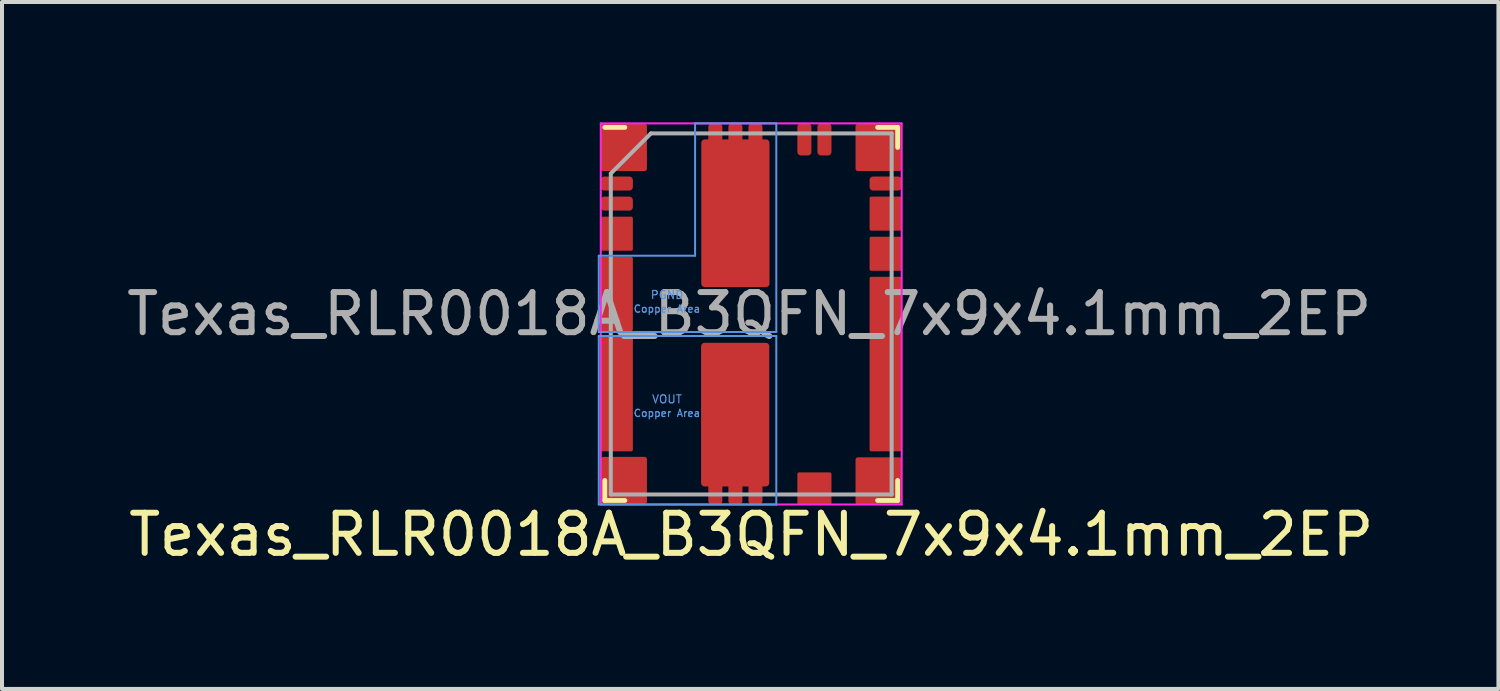
<source format=kicad_pcb>
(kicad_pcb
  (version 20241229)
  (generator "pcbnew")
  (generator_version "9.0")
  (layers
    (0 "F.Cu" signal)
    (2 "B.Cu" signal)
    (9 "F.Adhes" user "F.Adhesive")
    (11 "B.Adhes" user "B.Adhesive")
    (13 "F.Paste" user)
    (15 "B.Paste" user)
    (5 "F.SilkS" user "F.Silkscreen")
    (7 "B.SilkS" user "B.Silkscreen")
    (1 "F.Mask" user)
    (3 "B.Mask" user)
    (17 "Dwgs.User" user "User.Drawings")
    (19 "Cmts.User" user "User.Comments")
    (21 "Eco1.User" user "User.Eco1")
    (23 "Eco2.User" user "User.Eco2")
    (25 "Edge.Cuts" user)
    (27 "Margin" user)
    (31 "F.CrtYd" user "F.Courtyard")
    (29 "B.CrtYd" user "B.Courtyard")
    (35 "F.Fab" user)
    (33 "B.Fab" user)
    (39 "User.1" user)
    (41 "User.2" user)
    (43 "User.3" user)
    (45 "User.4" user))
  (footprint "Texas_RLR0018A_B3QFN_7x9x4.1mm_2EP"
    (layer "F.Cu")
    (at 15.675 4.775)
    (property "Reference" "Texas_RLR0018A_B3QFN_7x9x4.1mm_2EP" (at 0 5.5 0) (layer "F.SilkS") (effects (font (size 1 1) (thickness 0.15))))
    (attr smd)
    (fp_line (start -3.65 -4.65) (end -3.15 -4.65) (stroke (width 0.12) (type solid)) (layer "F.SilkS"))
    (fp_line (start -3.65 4.65) (end -3.65 4.15) (stroke (width 0.12) (type solid)) (layer "F.SilkS"))
    (fp_line (start -3.65 4.65) (end -3.15 4.65) (stroke (width 0.12) (type solid)) (layer "F.SilkS"))
    (fp_line (start 3.15 -4.65) (end 3.65 -4.65) (stroke (width 0.12) (type solid)) (layer "F.SilkS"))
    (fp_line (start 3.15 4.65) (end 3.65 4.65) (stroke (width 0.12) (type solid)) (layer "F.SilkS"))
    (fp_line (start 3.65 -4.65) (end 3.65 -4.15) (stroke (width 0.12) (type solid)) (layer "F.SilkS"))
    (fp_line (start 3.65 4.65) (end 3.65 4.15) (stroke (width 0.12) (type solid)) (layer "F.SilkS"))
    (fp_line (start -3.8 -1.45) (end -1.4 -1.45) (stroke (width 0.05) (type solid)) (layer "Cmts.User"))
    (fp_line (start -3.8 0.45) (end -3.8 -1.45) (stroke (width 0.05) (type solid)) (layer "Cmts.User"))
    (fp_line (start -3.8 0.45) (end 0.625 0.45) (stroke (width 0.05) (type solid)) (layer "Cmts.User"))
    (fp_line (start -3.8 0.55) (end 0.625 0.55) (stroke (width 0.05) (type solid)) (layer "Cmts.User"))
    (fp_line (start -3.8 4.75) (end -3.8 0.55) (stroke (width 0.05) (type solid)) (layer "Cmts.User"))
    (fp_line (start -1.4 -4.75) (end 0.625 -4.75) (stroke (width 0.05) (type solid)) (layer "Cmts.User"))
    (fp_line (start -1.4 -1.45) (end -1.4 -4.75) (stroke (width 0.05) (type solid)) (layer "Cmts.User"))
    (fp_line (start 0.625 -4.75) (end 0.625 0.45) (stroke (width 0.05) (type solid)) (layer "Cmts.User"))
    (fp_line (start 0.625 0.55) (end 0.625 4.75) (stroke (width 0.05) (type solid)) (layer "Cmts.User"))
    (fp_line (start 0.625 4.75) (end -3.8 4.75) (stroke (width 0.05) (type solid)) (layer "Cmts.User"))
    (fp_line (start -3.75 -4.75) (end 3.75 -4.75) (stroke (width 0.05) (type solid)) (layer "F.CrtYd"))
    (fp_line (start -3.75 4.75) (end -3.75 -4.75) (stroke (width 0.05) (type solid)) (layer "F.CrtYd"))
    (fp_line (start 3.75 -4.75) (end 3.75 4.75) (stroke (width 0.05) (type solid)) (layer "F.CrtYd"))
    (fp_line (start 3.75 4.75) (end -3.75 4.75) (stroke (width 0.05) (type solid)) (layer "F.CrtYd"))
    (fp_line (start -3.5 4.5) (end -3.5 -3.5) (stroke (width 0.1) (type solid)) (layer "F.Fab"))
    (fp_line (start -2.5 -4.5) (end -3.5 -3.5) (stroke (width 0.1) (type solid)) (layer "F.Fab"))
    (fp_line (start -2.5 -4.5) (end 3.5 -4.5) (stroke (width 0.1) (type solid)) (layer "F.Fab"))
    (fp_line (start 3.5 -4.5) (end 3.5 4.5) (stroke (width 0.1) (type solid)) (layer "F.Fab"))
    (fp_line (start 3.5 4.5) (end -3.5 4.5) (stroke (width 0.1) (type solid)) (layer "F.Fab"))
    (fp_text user "VOUT" (at -2.1 2.125 180) (layer "Cmts.User") (effects (font (size 0.2 0.2) (thickness 0.03))))
    (fp_text user "Copper Area" (at -2.1 -0.125 180) (layer "Cmts.User") (effects (font (size 0.18 0.18) (thickness 0.03))))
    (fp_text user "PGND" (at -2.1 -0.475 180) (layer "Cmts.User") (effects (font (size 0.2 0.2) (thickness 0.03))))
    (fp_text user "Copper Area" (at -2.1 2.475 180) (layer "Cmts.User") (effects (font (size 0.18 0.18) (thickness 0.03))))
    (fp_text user "${REFERENCE}" (at -0.05 0 0) (layer "F.Fab") (effects (font (size 1 1) (thickness 0.15))))
    (pad "" smd roundrect (at -3.568 -3.75 270) (size 0.265 0.29) (layers "F.Paste") (roundrect_rratio 0.25))
    (pad "" smd roundrect (at -3.568 3.75 270) (size 0.265 0.29) (layers "F.Paste") (roundrect_rratio 0.25))
    (pad "" smd roundrect (at -2.943 -3.93 270) (size 0.61 0.585) (layers "F.Paste") (roundrect_rratio 0.25))
    (pad "" smd roundrect (at -2.943 3.93 270) (size 0.61 0.585) (layers "F.Paste") (roundrect_rratio 0.25))
    (pad "" smd roundrect (at -2.775 -4.568 180) (size 0.265 0.29) (layers "F.Paste") (roundrect_rratio 0.25))
    (pad "" smd roundrect (at -2.775 4.568 180) (size 0.265 0.29) (layers "F.Paste") (roundrect_rratio 0.25))
    (pad "" smd roundrect (at -0.895 -4.568 180) (size 0.265 0.29) (layers "F.Paste") (roundrect_rratio 0.25))
    (pad "" smd roundrect (at -0.895 4.568 180) (size 0.265 0.29) (layers "F.Paste") (roundrect_rratio 0.25))
    (pad "" smd roundrect (at -0.83 -3.875 270) (size 0.71 0.67) (layers "F.Paste") (roundrect_rratio 0.25))
    (pad "" smd roundrect (at -0.83 -2.965 270) (size 0.71 0.67) (layers "F.Paste") (roundrect_rratio 0.25))
    (pad "" smd roundrect (at -0.83 -2.055 270) (size 0.71 0.67) (layers "F.Paste") (roundrect_rratio 0.25))
    (pad "" smd roundrect (at -0.83 -1.145 270) (size 0.71 0.67) (layers "F.Paste") (roundrect_rratio 0.25))
    (pad "" smd roundrect (at -0.83 1.145 270) (size 0.71 0.67) (layers "F.Paste") (roundrect_rratio 0.25))
    (pad "" smd roundrect (at -0.83 2.055 270) (size 0.71 0.67) (layers "F.Paste") (roundrect_rratio 0.25))
    (pad "" smd roundrect (at -0.83 2.965 270) (size 0.71 0.67) (layers "F.Paste") (roundrect_rratio 0.25))
    (pad "" smd roundrect (at -0.83 3.875 270) (size 0.71 0.67) (layers "F.Paste") (roundrect_rratio 0.25))
    (pad "" smd roundrect (at -0.395 -4.568 180) (size 0.265 0.29) (layers "F.Paste") (roundrect_rratio 0.25))
    (pad "" smd roundrect (at -0.395 4.568 180) (size 0.265 0.29) (layers "F.Paste") (roundrect_rratio 0.25))
    (pad "" smd roundrect (at 0.04 -3.875 270) (size 0.71 0.67) (layers "F.Paste") (roundrect_rratio 0.25))
    (pad "" smd roundrect (at 0.04 -2.965 270) (size 0.71 0.67) (layers "F.Paste") (roundrect_rratio 0.25))
    (pad "" smd roundrect (at 0.04 -2.055 270) (size 0.71 0.67) (layers "F.Paste") (roundrect_rratio 0.25))
    (pad "" smd roundrect (at 0.04 -1.145 270) (size 0.71 0.67) (layers "F.Paste") (roundrect_rratio 0.25))
    (pad "" smd roundrect (at 0.04 1.145 270) (size 0.71 0.67) (layers "F.Paste") (roundrect_rratio 0.25))
    (pad "" smd roundrect (at 0.04 2.055 270) (size 0.71 0.67) (layers "F.Paste") (roundrect_rratio 0.25))
    (pad "" smd roundrect (at 0.04 2.965 270) (size 0.71 0.67) (layers "F.Paste") (roundrect_rratio 0.25))
    (pad "" smd roundrect (at 0.04 3.875 270) (size 0.71 0.67) (layers "F.Paste") (roundrect_rratio 0.25))
    (pad "" smd roundrect (at 0.105 -4.568 180) (size 0.265 0.29) (layers "F.Paste") (roundrect_rratio 0.25))
    (pad "" smd roundrect (at 0.105 4.568 180) (size 0.265 0.29) (layers "F.Paste") (roundrect_rratio 0.25))
    (pad "" smd roundrect (at 2.775 -4.568 180) (size 0.265 0.29) (layers "F.Paste") (roundrect_rratio 0.25))
    (pad "" smd roundrect (at 2.775 4.568 180) (size 0.265 0.29) (layers "F.Paste") (roundrect_rratio 0.25))
    (pad "" smd roundrect (at 2.943 -3.93 270) (size 0.61 0.585) (layers "F.Paste") (roundrect_rratio 0.25))
    (pad "" smd roundrect (at 2.943 3.93 270) (size 0.61 0.585) (layers "F.Paste") (roundrect_rratio 0.25))
    (pad "" smd roundrect (at 3.568 -3.75 270) (size 0.265 0.29) (layers "F.Paste") (roundrect_rratio 0.25))
    (pad "" smd roundrect (at 3.568 3.75 270) (size 0.265 0.29) (layers "F.Paste") (roundrect_rratio 0.25))
    (pad "1" smd roundrect (at -3.35 -3.75 270) (size 0.25 0.7) (layers "F.Cu" "F.Mask") (roundrect_rratio 0.25))
    (pad "1" smd roundrect (at -3.175 -4.15 270) (size 1.175 1.151) (layers "F.Cu") (roundrect_rratio 0.05))
    (pad "1" smd rect (at -2.947 -3.935) (size 0.595 0.62) (layers "F.Cu" "F.Mask"))
    (pad "1" smd roundrect (at -2.776 -4.35) (size 0.25 0.7) (layers "F.Cu" "F.Mask") (roundrect_rratio 0.25))
    (pad "2" smd roundrect (at -3.35 -3.25 270) (size 0.35 0.8) (layers "F.Cu" "F.Mask" "F.Paste") (roundrect_rratio 0.25))
    (pad "3" smd roundrect (at -3.35 -2.75 270) (size 0.35 0.8) (layers "F.Cu" "F.Mask" "F.Paste") (roundrect_rratio 0.25))
    (pad "4" smd roundrect (at -3.35 -2.25 270) (size 0.25 0.7) (layers "F.Cu" "F.Mask" "F.Paste") (roundrect_rratio 0.25))
    (pad "4" smd roundrect (at -3.35 -1.75 270) (size 0.25 0.7) (layers "F.Cu" "F.Mask" "F.Paste") (roundrect_rratio 0.25))
    (pad "4" smd roundrect (at -3.125 -2) (size 0.25 0.75) (layers "F.Cu" "F.Mask" "F.Paste") (roundrect_rratio 0.25))
    (pad "5" smd roundrect (at -3.35 -2 270) (size 0.85 0.8) (layers "F.Cu") (roundrect_rratio 0.05))
    (pad "5" smd roundrect (at -3.35 -1.25 270) (size 0.25 0.7) (layers "F.Cu" "F.Mask" "F.Paste") (roundrect_rratio 0.25))
    (pad "5" smd roundrect (at -3.35 -0.75 270) (size 0.25 0.7) (layers "F.Cu" "F.Mask" "F.Paste") (roundrect_rratio 0.25))
    (pad "5" smd roundrect (at -3.35 -0.5 270) (size 1.85 0.8) (layers "F.Cu") (roundrect_rratio 0.05))
    (pad "5" smd roundrect (at -3.35 -0.25 270) (size 0.25 0.7) (layers "F.Cu" "F.Mask" "F.Paste") (roundrect_rratio 0.25))
    (pad "5" smd roundrect (at -3.35 0.25 270) (size 0.25 0.7) (layers "F.Cu" "F.Mask" "F.Paste") (roundrect_rratio 0.25))
    (pad "5" smd roundrect (at -3.125 -0.5) (size 0.25 1.75) (layers "F.Cu" "F.Mask" "F.Paste") (roundrect_rratio 0.25))
    (pad "6" smd roundrect (at -3.35 0.75 270) (size 0.25 0.7) (layers "F.Cu" "F.Mask" "F.Paste") (roundrect_rratio 0.25))
    (pad "6" smd roundrect (at -3.35 1.25 270) (size 0.25 0.7) (layers "F.Cu" "F.Mask" "F.Paste") (roundrect_rratio 0.25))
    (pad "6" smd roundrect (at -3.35 1.75 270) (size 0.25 0.7) (layers "F.Cu" "F.Mask" "F.Paste") (roundrect_rratio 0.25))
    (pad "6" smd roundrect (at -3.35 2 270) (size 2.85 0.8) (layers "F.Cu") (roundrect_rratio 0.05))
    (pad "6" smd roundrect (at -3.35 2.25 270) (size 0.25 0.7) (layers "F.Cu" "F.Mask" "F.Paste") (roundrect_rratio 0.25))
    (pad "6" smd roundrect (at -3.35 2.75 270) (size 0.25 0.7) (layers "F.Cu" "F.Mask" "F.Paste") (roundrect_rratio 0.25))
    (pad "6" smd roundrect (at -3.35 3.25 270) (size 0.25 0.7) (layers "F.Cu" "F.Mask" "F.Paste") (roundrect_rratio 0.25))
    (pad "6" smd roundrect (at -3.125 2) (size 0.25 2.75) (layers "F.Cu" "F.Mask" "F.Paste") (roundrect_rratio 0.25))
    (pad "7" smd roundrect (at -3.35 3.75 270) (size 0.25 0.7) (layers "F.Cu" "F.Mask") (roundrect_rratio 0.25))
    (pad "7" smd roundrect (at -3.175 4.15 270) (size 1.175 1.151) (layers "F.Cu") (roundrect_rratio 0.05))
    (pad "7" smd rect (at -2.947 3.935) (size 0.595 0.62) (layers "F.Cu" "F.Mask"))
    (pad "7" smd roundrect (at -2.776 4.35) (size 0.25 0.7) (layers "F.Cu" "F.Mask") (roundrect_rratio 0.25))
    (pad "8" smd roundrect (at -0.895 4.35 180) (size 0.35 0.8) (layers "F.Cu" "F.Mask") (roundrect_rratio 0.25))
    (pad "8" smd roundrect (at -0.4 2.51 180) (size 1.7 3.58) (layers "F.Cu" "F.Mask") (roundrect_rratio 0.05))
    (pad "8" smd roundrect (at -0.395 4.35 180) (size 0.35 0.8) (layers "F.Cu" "F.Mask") (roundrect_rratio 0.25))
    (pad "8" smd roundrect (at 0.105 4.35 180) (size 0.35 0.8) (layers "F.Cu" "F.Mask") (roundrect_rratio 0.25))
    (pad "9" smd roundrect (at 1.325 4.35 180) (size 0.25 0.7) (layers "F.Cu" "F.Mask" "F.Paste") (roundrect_rratio 0.25))
    (pad "9" smd roundrect (at 1.575 4.125 270) (size 0.25 0.75) (layers "F.Cu" "F.Mask" "F.Paste") (roundrect_rratio 0.25))
    (pad "9" smd roundrect (at 1.575 4.35 270) (size 0.8 0.85) (layers "F.Cu") (roundrect_rratio 0.05))
    (pad "9" smd roundrect (at 1.825 4.35 180) (size 0.25 0.7) (layers "F.Cu" "F.Mask" "F.Paste") (roundrect_rratio 0.25))
    (pad "10" smd roundrect (at 2.776 4.35) (size 0.25 0.7) (layers "F.Cu" "F.Mask") (roundrect_rratio 0.25))
    (pad "10" smd rect (at 2.947 3.935) (size 0.595 0.62) (layers "F.Cu" "F.Mask"))
    (pad "10" smd roundrect (at 3.175 4.162 270) (size 1.175 1.151) (layers "F.Cu") (roundrect_rratio 0.05))
    (pad "10" smd roundrect (at 3.35 3.75 270) (size 0.25 0.7) (layers "F.Cu" "F.Mask") (roundrect_rratio 0.25))
    (pad "11" smd roundrect (at 3.125 1.25) (size 0.25 4.25) (layers "F.Cu" "F.Mask" "F.Paste") (roundrect_rratio 0.25))
    (pad "11" smd roundrect (at 3.35 -0.75 270) (size 0.25 0.7) (layers "F.Cu" "F.Mask" "F.Paste") (roundrect_rratio 0.25))
    (pad "11" smd roundrect (at 3.35 -0.25 270) (size 0.25 0.7) (layers "F.Cu" "F.Mask" "F.Paste") (roundrect_rratio 0.25))
    (pad "11" smd roundrect (at 3.35 0.25 270) (size 0.25 0.7) (layers "F.Cu" "F.Mask" "F.Paste") (roundrect_rratio 0.25))
    (pad "11" smd roundrect (at 3.35 0.75 270) (size 0.25 0.7) (layers "F.Cu" "F.Mask" "F.Paste") (roundrect_rratio 0.25))
    (pad "11" smd roundrect (at 3.35 1.25 270) (size 0.25 0.7) (layers "F.Cu" "F.Mask" "F.Paste") (roundrect_rratio 0.25))
    (pad "11" smd roundrect (at 3.35 1.25 270) (size 4.35 0.8) (layers "F.Cu") (roundrect_rratio 0.05))
    (pad "11" smd roundrect (at 3.35 1.75 270) (size 0.25 0.7) (layers "F.Cu" "F.Mask" "F.Paste") (roundrect_rratio 0.25))
    (pad "11" smd roundrect (at 3.35 2.25 270) (size 0.25 0.7) (layers "F.Cu" "F.Mask" "F.Paste") (roundrect_rratio 0.25))
    (pad "11" smd roundrect (at 3.35 2.75 270) (size 0.25 0.7) (layers "F.Cu" "F.Mask" "F.Paste") (roundrect_rratio 0.25))
    (pad "11" smd roundrect (at 3.35 3.25 270) (size 0.25 0.7) (layers "F.Cu" "F.Mask" "F.Paste") (roundrect_rratio 0.25))
    (pad "12" smd roundrect (at 3.125 -1.5) (size 0.25 0.75) (layers "F.Cu" "F.Mask" "F.Paste") (roundrect_rratio 0.25))
    (pad "12" smd roundrect (at 3.35 -1.75 270) (size 0.25 0.7) (layers "F.Cu" "F.Mask" "F.Paste") (roundrect_rratio 0.25))
    (pad "12" smd roundrect (at 3.35 -1.5 270) (size 0.85 0.8) (layers "F.Cu") (roundrect_rratio 0.05))
    (pad "12" smd roundrect (at 3.35 -1.25 270) (size 0.25 0.7) (layers "F.Cu" "F.Mask" "F.Paste") (roundrect_rratio 0.25))
    (pad "13" smd roundrect (at 3.125 -2.5) (size 0.25 0.75) (layers "F.Cu" "F.Mask" "F.Paste") (roundrect_rratio 0.25))
    (pad "13" smd roundrect (at 3.35 -2.75 270) (size 0.25 0.7) (layers "F.Cu" "F.Mask" "F.Paste") (roundrect_rratio 0.25))
    (pad "13" smd roundrect (at 3.35 -2.5 270) (size 0.85 0.8) (layers "F.Cu") (roundrect_rratio 0.05))
    (pad "13" smd roundrect (at 3.35 -2.25 270) (size 0.25 0.7) (layers "F.Cu" "F.Mask" "F.Paste") (roundrect_rratio 0.25))
    (pad "14" smd roundrect (at 3.35 -3.25 270) (size 0.35 0.8) (layers "F.Cu" "F.Mask" "F.Paste") (roundrect_rratio 0.25))
    (pad "15" smd roundrect (at 2.776 -4.35 180) (size 0.25 0.7) (layers "F.Cu" "F.Mask") (roundrect_rratio 0.25))
    (pad "15" smd rect (at 2.947 -3.935) (size 0.595 0.62) (layers "F.Cu" "F.Mask"))
    (pad "15" smd roundrect (at 3.175 -4.15 270) (size 1.175 1.151) (layers "F.Cu") (roundrect_rratio 0.05))
    (pad "15" smd roundrect (at 3.35 -3.75 270) (size 0.25 0.7) (layers "F.Cu" "F.Mask") (roundrect_rratio 0.25))
    (pad "16" smd roundrect (at 1.825 -4.35 180) (size 0.35 0.8) (layers "F.Cu" "F.Mask" "F.Paste") (roundrect_rratio 0.25))
    (pad "17" smd roundrect (at 1.325 -4.35 180) (size 0.35 0.8) (layers "F.Cu" "F.Mask" "F.Paste") (roundrect_rratio 0.25))
    (pad "18" smd roundrect (at -0.895 -4.35 180) (size 0.35 0.8) (layers "F.Cu" "F.Mask") (roundrect_rratio 0.25))
    (pad "18" smd roundrect (at -0.395 -4.35 180) (size 0.35 0.8) (layers "F.Cu" "F.Mask") (roundrect_rratio 0.25))
    (pad "18" smd roundrect (at -0.395 -2.51 180) (size 1.7 3.68) (layers "F.Cu" "F.Mask") (roundrect_rratio 0.05))
    (pad "18" smd roundrect (at 0.105 -4.35 180) (size 0.35 0.8) (layers "F.Cu" "F.Mask") (roundrect_rratio 0.25)))
  (gr_rect
    (start -3 -3)
    (end 34.3 14.123)
    (stroke (width 0.1) (type default))
    (fill no)
    (layer "Edge.Cuts")))
</source>
